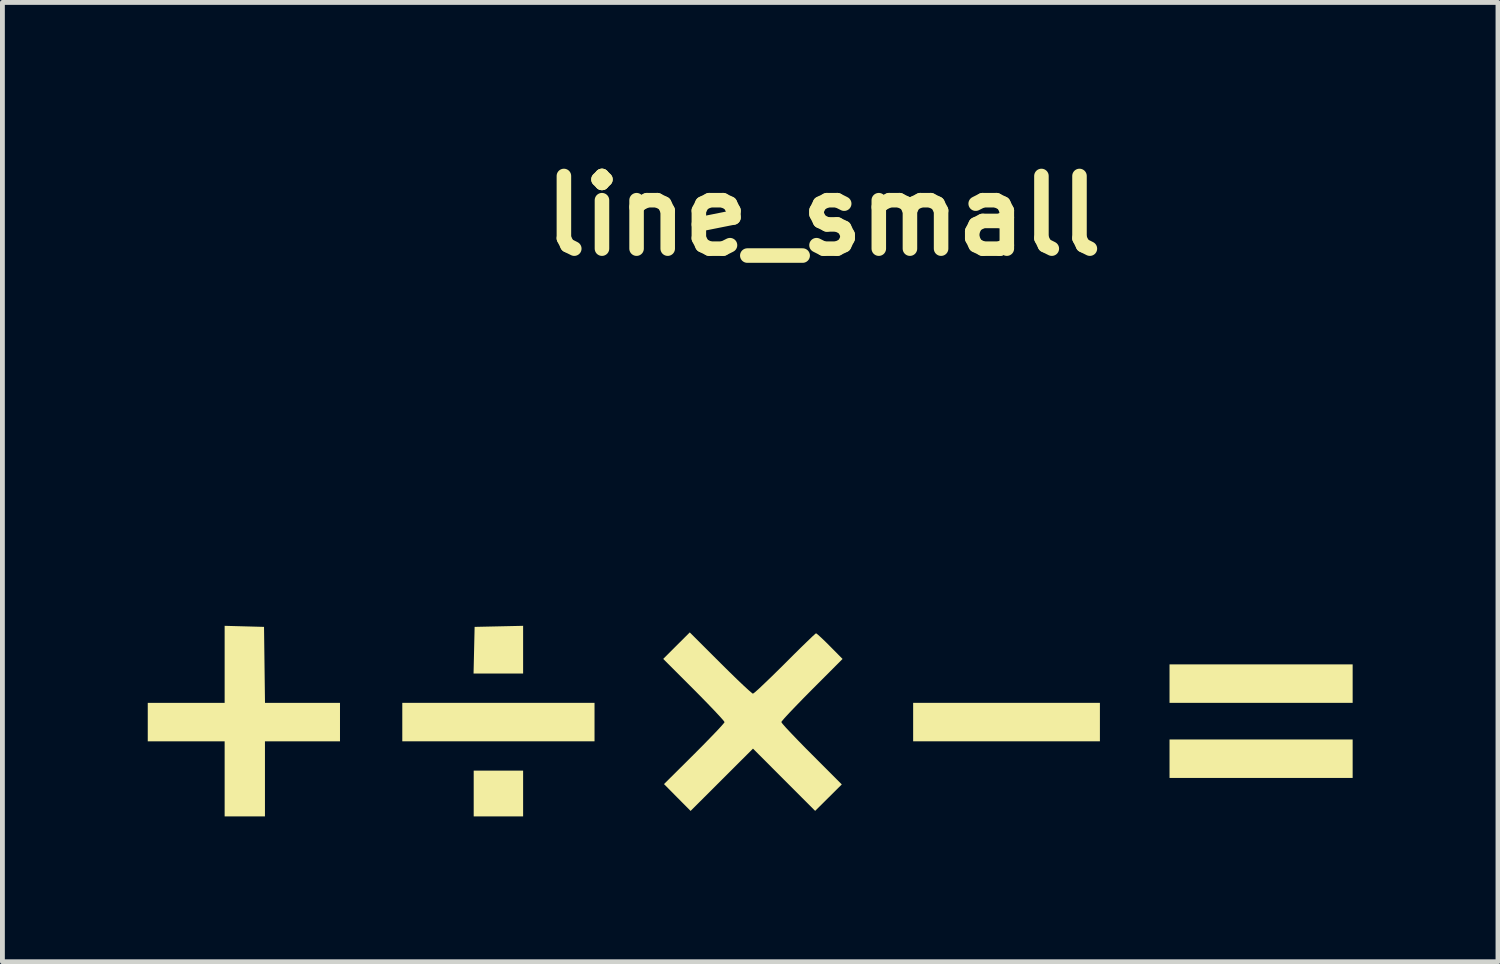
<source format=kicad_pcb>
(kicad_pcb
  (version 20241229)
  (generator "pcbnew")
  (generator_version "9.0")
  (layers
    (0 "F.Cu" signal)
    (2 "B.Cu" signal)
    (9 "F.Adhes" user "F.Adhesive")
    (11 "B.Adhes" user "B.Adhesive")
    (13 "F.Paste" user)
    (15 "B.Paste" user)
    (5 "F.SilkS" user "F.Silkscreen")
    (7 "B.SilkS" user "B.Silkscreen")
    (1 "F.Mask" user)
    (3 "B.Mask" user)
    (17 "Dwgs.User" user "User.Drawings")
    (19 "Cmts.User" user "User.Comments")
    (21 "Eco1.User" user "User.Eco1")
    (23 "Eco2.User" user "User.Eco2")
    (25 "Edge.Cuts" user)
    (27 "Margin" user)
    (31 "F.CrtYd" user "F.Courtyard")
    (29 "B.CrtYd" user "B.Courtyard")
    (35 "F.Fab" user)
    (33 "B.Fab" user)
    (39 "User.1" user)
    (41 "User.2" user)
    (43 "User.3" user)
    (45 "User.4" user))
  (footprint "line_small"
    (layer "F.Cu")
    (at 13.947 1.404)
    (property "Reference" "line_small" (at 0 0 0) (layer "F.SilkS") (effects (font (size 1.5 1.5) (thickness 0.3))))
    (attr board_only exclude_from_pos_files exclude_from_bom)
    (fp_poly (pts (xy -6.199 8.957) (xy -6.199 9.449) (xy -6.71 9.449) (xy -7.222 9.449) (xy -7.211 8.967) (xy -7.2 8.486) (xy -6.7 8.475) (xy -6.199 8.464)) (stroke (width 0) (type solid)) (fill yes) (layer "F.SilkS"))
    (fp_poly (pts (xy -6.199 11.925) (xy -6.199 12.398) (xy -6.709 12.398) (xy -7.219 12.398) (xy -7.219 11.925) (xy -7.219 11.453) (xy -6.709 11.453) (xy -6.199 11.453)) (stroke (width 0) (type solid)) (fill yes) (layer "F.SilkS"))
    (fp_poly (pts (xy -4.725 10.451) (xy -4.725 10.848) (xy -6.709 10.848) (xy -8.693 10.848) (xy -8.693 10.451) (xy -8.693 10.054) (xy -6.709 10.054) (xy -4.725 10.054)) (stroke (width 0) (type solid)) (fill yes) (layer "F.SilkS"))
    (fp_poly (pts (xy 5.707 10.451) (xy 5.707 10.848) (xy 3.78 10.848) (xy 1.852 10.848) (xy 1.852 10.451) (xy 1.852 10.054) (xy 3.78 10.054) (xy 5.707 10.054)) (stroke (width 0) (type solid)) (fill yes) (layer "F.SilkS"))
    (fp_poly (pts (xy 10.924 9.657) (xy 10.924 10.054) (xy 9.034 10.054) (xy 7.144 10.054) (xy 7.144 9.657) (xy 7.144 9.26) (xy 9.034 9.26) (xy 10.924 9.26)) (stroke (width 0) (type solid)) (fill yes) (layer "F.SilkS"))
    (fp_poly (pts (xy 10.924 11.207) (xy 10.924 11.604) (xy 9.034 11.604) (xy 7.144 11.604) (xy 7.144 11.207) (xy 7.144 10.81) (xy 9.034 10.81) (xy 10.924 10.81)) (stroke (width 0) (type solid)) (fill yes) (layer "F.SilkS"))
    (fp_poly (pts (xy -11.953 8.475) (xy -11.547 8.486) (xy -11.537 9.27) (xy -11.527 10.054) (xy -10.753 10.054) (xy -9.979 10.054) (xy -9.979 10.451) (xy -9.979 10.848) (xy -10.753 10.848) (xy -11.528 10.848) (xy -11.528 11.623) (xy -11.528 12.398) (xy -11.944 12.398) (xy -12.36 12.398) (xy -12.36 11.623) (xy -12.36 10.848) (xy -13.154 10.848) (xy -13.947 10.848) (xy -13.947 10.451) (xy -13.947 10.054) (xy -13.154 10.054) (xy -12.36 10.054) (xy -12.36 9.259) (xy -12.36 8.464)) (stroke (width 0) (type solid)) (fill yes) (layer "F.SilkS"))
    (fp_poly (pts (xy -2.126 9.232) (xy -1.946 9.41) (xy -1.783 9.569) (xy -1.644 9.701) (xy -1.538 9.798) (xy -1.472 9.854) (xy -1.455 9.865) (xy -1.419 9.839) (xy -1.337 9.767) (xy -1.219 9.655) (xy -1.071 9.513) (xy -0.902 9.347) (xy -0.795 9.241) (xy -0.618 9.064) (xy -0.459 8.907) (xy -0.325 8.777) (xy -0.225 8.681) (xy -0.165 8.627) (xy -0.152 8.618) (xy -0.118 8.643) (xy -0.043 8.711) (xy 0.059 8.809) (xy 0.133 8.883) (xy 0.395 9.148) (xy -0.237 9.781) (xy -0.415 9.961) (xy -0.573 10.124) (xy -0.705 10.262) (xy -0.803 10.368) (xy -0.859 10.434) (xy -0.869 10.451) (xy -0.844 10.487) (xy -0.772 10.569) (xy -0.661 10.687) (xy -0.519 10.835) (xy -0.353 11.005) (xy -0.245 11.113) (xy 0.379 11.738) (xy 0.104 12.011) (xy -0.171 12.284) (xy -0.813 11.641) (xy -1.454 10.999) (xy -2.098 11.642) (xy -2.742 12.285) (xy -3.017 12.008) (xy -3.291 11.731) (xy -2.666 11.11) (xy -2.489 10.932) (xy -2.332 10.771) (xy -2.201 10.635) (xy -2.105 10.531) (xy -2.05 10.467) (xy -2.041 10.451) (xy -2.067 10.415) (xy -2.139 10.334) (xy -2.25 10.215) (xy -2.392 10.067) (xy -2.559 9.896) (xy -2.674 9.78) (xy -3.307 9.147) (xy -3.033 8.873) (xy -2.759 8.6)) (stroke (width 0) (type solid)) (fill yes) (layer "F.SilkS")))
  (gr_rect
    (start -3 -3)
    (end 27.871 16.802)
    (stroke (width 0.1) (type default))
    (fill no)
    (layer "Edge.Cuts")))
</source>
